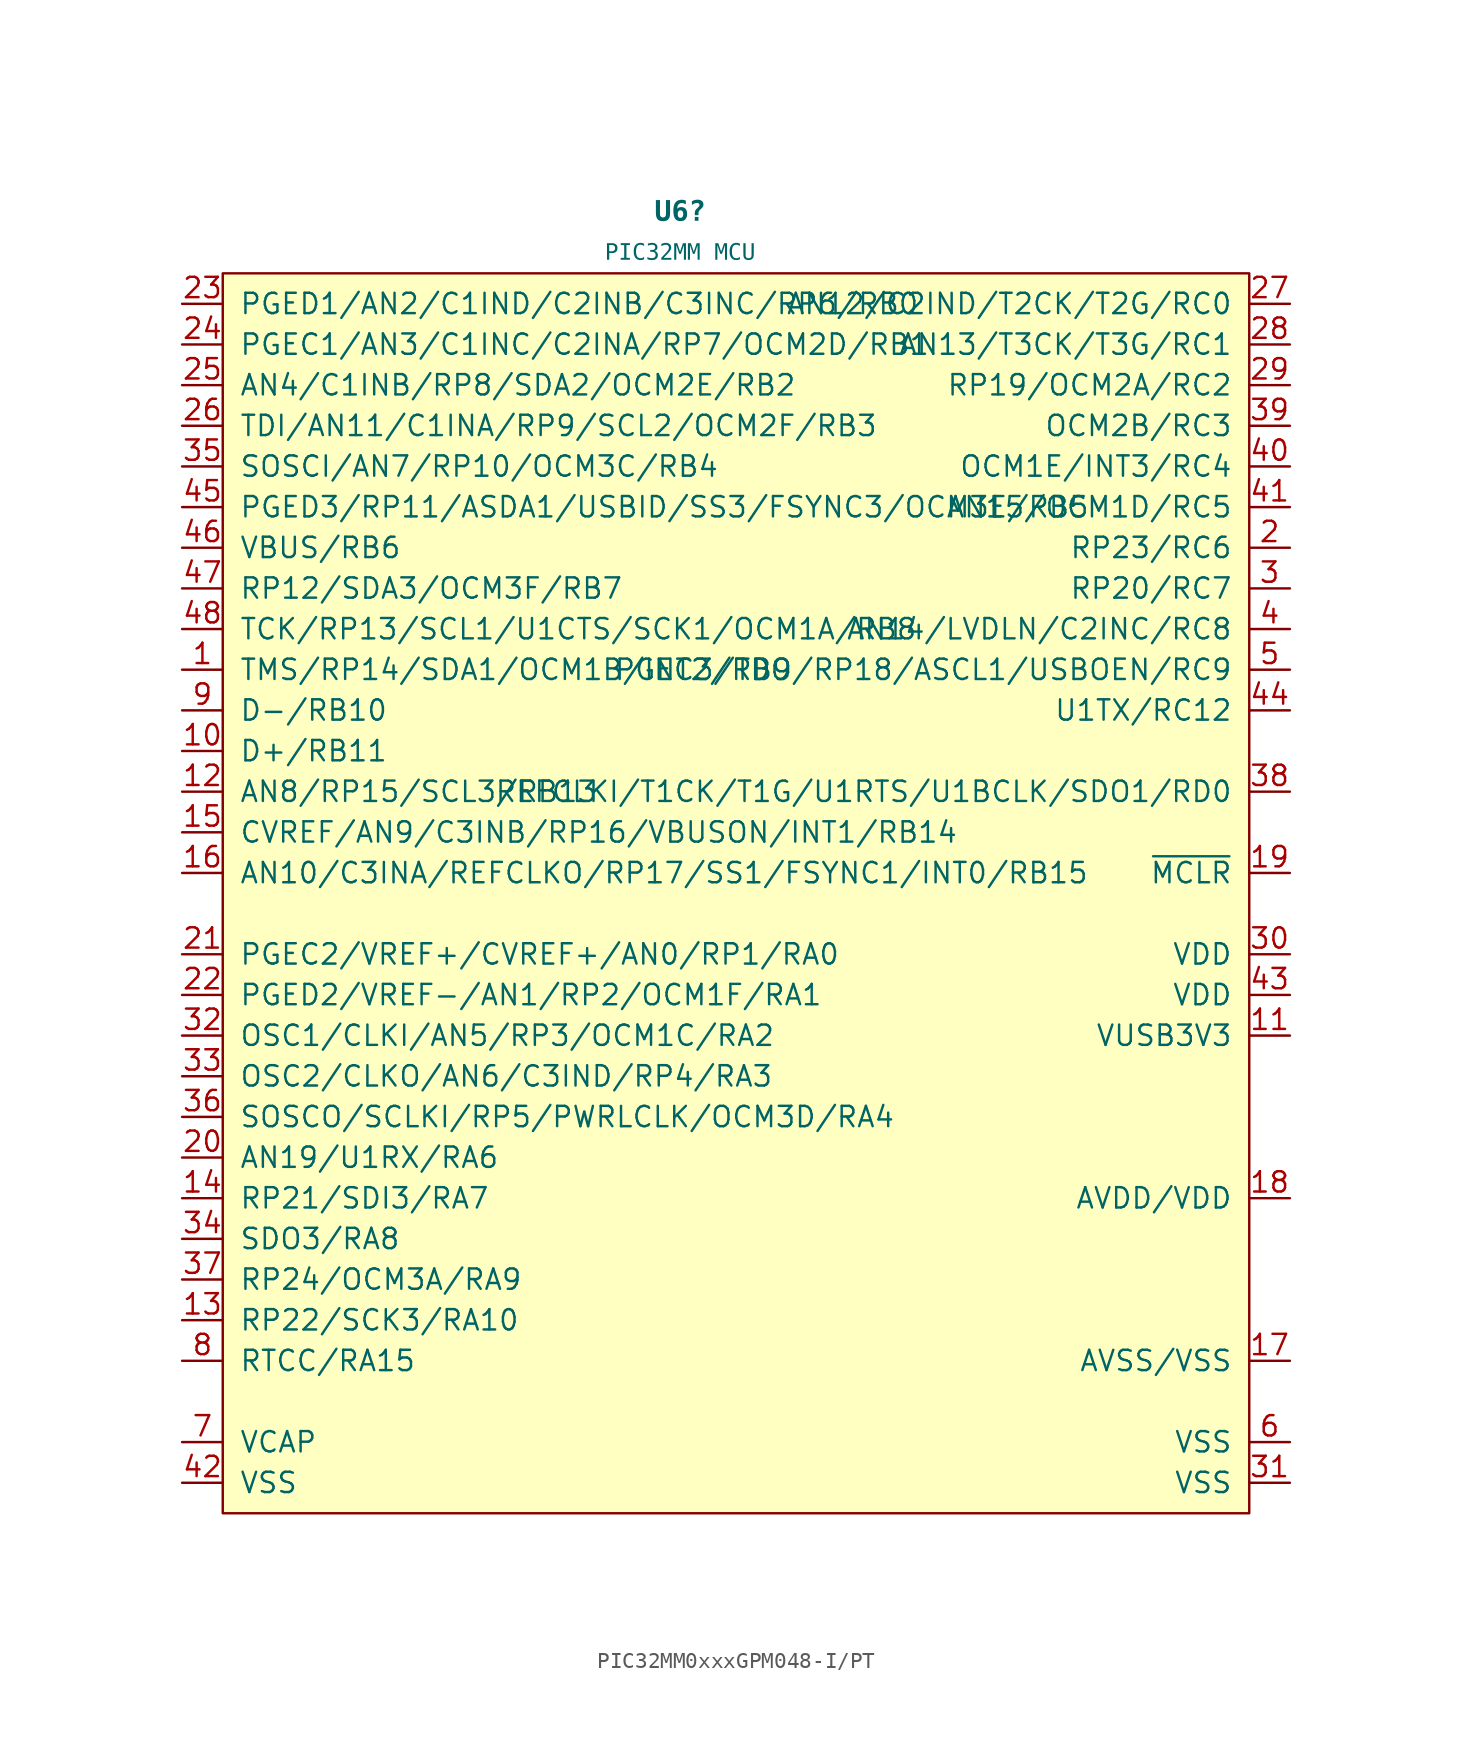
<source format=kicad_sym>
(kicad_symbol_lib
  (version 20231120)
  (generator "kicad_symbol_editor")
  (generator_version "8.0")
  (symbol "PIC32MM0xxxGPM048-I/PT"
    (pin_names
      (offset 1.016))
    (property "Reference" "U6"
      (at 0 38.735 0)
      (effects (font (face "Consolas") (size 1.27 1.27) (bold yes))))
    (property "Value" "PIC32MM MCU"
      (at 0 36.195 0)
      (effects (font (face "Consolas") (size 1.016 1.016))))
    (symbol "PIC32MM0xxxGPM048-I/PT_1_0"
      (pin bidirectional line (at -31.115 10.16 0) (length 2.54) (name "TMS/RP14/SDA1/OCM1B/INT2/RB9" (effects (font (size 1.27 1.27)))) (number "1" (effects (font (size 1.27 1.27)))))
      (pin bidirectional line (at -31.115 5.08 0) (length 2.54) (name "D+/RB11" (effects (font (size 1.27 1.27)))) (number "10" (effects (font (size 1.27 1.27)))))
      (pin power_in line (at 38.1 -12.7 180) (length 2.54) (name "VUSB3V3" (effects (font (size 1.27 1.27)))) (number "11" (effects (font (size 1.27 1.27)))))
      (pin bidirectional line (at -31.115 2.54 0) (length 2.54) (name "AN8/RP15/SCL3/RB13" (effects (font (size 1.27 1.27)))) (number "12" (effects (font (size 1.27 1.27)))))
      (pin bidirectional line (at -31.115 -30.48 0) (length 2.54) (name "RP22/SCK3/RA10" (effects (font (size 1.27 1.27)))) (number "13" (effects (font (size 1.27 1.27)))))
      (pin bidirectional line (at -31.115 -22.86 0) (length 2.54) (name "RP21/SDI3/RA7" (effects (font (size 1.27 1.27)))) (number "14" (effects (font (size 1.27 1.27)))))
      (pin bidirectional line (at -31.115 0 0) (length 2.54) (name "CVREF/AN9/C3INB/RP16/VBUSON/INT1/RB14" (effects (font (size 1.27 1.27)))) (number "15" (effects (font (size 1.27 1.27)))))
      (pin bidirectional line (at -31.115 -2.54 0) (length 2.54) (name "AN10/C3INA/REFCLKO/RP17/SS1/FSYNC1/INT0/RB15" (effects (font (size 1.27 1.27)))) (number "16" (effects (font (size 1.27 1.27)))))
      (pin power_in line (at 38.1 -33.02 180) (length 2.54) (name "AVSS/VSS" (effects (font (size 1.27 1.27)))) (number "17" (effects (font (size 1.27 1.27)))))
      (pin power_in line (at 38.1 -22.86 180) (length 2.54) (name "AVDD/VDD" (effects (font (size 1.27 1.27)))) (number "18" (effects (font (size 1.27 1.27)))))
      (pin input line (at 38.1 -2.54 180) (length 2.54) (name "~{MCLR}" (effects (font (size 1.27 1.27)))) (number "19" (effects (font (size 1.27 1.27)))))
      (pin bidirectional line (at 38.1 17.78 180) (length 2.54) (name "RP23/RC6" (effects (font (size 1.27 1.27)))) (number "2" (effects (font (size 1.27 1.27)))))
      (pin bidirectional line (at -31.115 -20.32 0) (length 2.54) (name "AN19/U1RX/RA6" (effects (font (size 1.27 1.27)))) (number "20" (effects (font (size 1.27 1.27)))))
      (pin bidirectional line (at -31.115 -7.62 0) (length 2.54) (name "PGEC2/VREF+/CVREF+/AN0/RP1/RA0" (effects (font (size 1.27 1.27)))) (number "21" (effects (font (size 1.27 1.27)))))
      (pin bidirectional line (at -31.115 -10.16 0) (length 2.54) (name "PGED2/VREF-/AN1/RP2/OCM1F/RA1" (effects (font (size 1.27 1.27)))) (number "22" (effects (font (size 1.27 1.27)))))
      (pin bidirectional line (at -31.115 33.02 0) (length 2.54) (name "PGED1/AN2/C1IND/C2INB/C3INC/RP6/RB0" (effects (font (size 1.27 1.27)))) (number "23" (effects (font (size 1.27 1.27)))))
      (pin bidirectional line (at -31.115 30.48 0) (length 2.54) (name "PGEC1/AN3/C1INC/C2INA/RP7/OCM2D/RB1" (effects (font (size 1.27 1.27)))) (number "24" (effects (font (size 1.27 1.27)))))
      (pin bidirectional line (at -31.115 27.94 0) (length 2.54) (name "AN4/C1INB/RP8/SDA2/OCM2E/RB2" (effects (font (size 1.27 1.27)))) (number "25" (effects (font (size 1.27 1.27)))))
      (pin bidirectional line (at -31.115 25.4 0) (length 2.54) (name "TDI/AN11/C1INA/RP9/SCL2/OCM2F/RB3" (effects (font (size 1.27 1.27)))) (number "26" (effects (font (size 1.27 1.27)))))
      (pin bidirectional line (at 38.1 33.02 180) (length 2.54) (name "AN12/C2IND/T2CK/T2G/RC0" (effects (font (size 1.27 1.27)))) (number "27" (effects (font (size 1.27 1.27)))))
      (pin bidirectional line (at 38.1 30.48 180) (length 2.54) (name "AN13/T3CK/T3G/RC1" (effects (font (size 1.27 1.27)))) (number "28" (effects (font (size 1.27 1.27)))))
      (pin bidirectional line (at 38.1 27.94 180) (length 2.54) (name "RP19/OCM2A/RC2" (effects (font (size 1.27 1.27)))) (number "29" (effects (font (size 1.27 1.27)))))
      (pin bidirectional line (at 38.1 15.24 180) (length 2.54) (name "RP20/RC7" (effects (font (size 1.27 1.27)))) (number "3" (effects (font (size 1.27 1.27)))))
      (pin power_in line (at 38.1 -7.62 180) (length 2.54) (name "VDD" (effects (font (size 1.27 1.27)))) (number "30" (effects (font (size 1.27 1.27)))))
      (pin power_in line (at 38.1 -40.64 180) (length 2.54) (name "VSS" (effects (font (size 1.27 1.27)))) (number "31" (effects (font (size 1.27 1.27)))))
      (pin bidirectional line (at -31.115 -12.7 0) (length 2.54) (name "OSC1/CLKI/AN5/RP3/OCM1C/RA2" (effects (font (size 1.27 1.27)))) (number "32" (effects (font (size 1.27 1.27)))))
      (pin bidirectional line (at -31.115 -15.24 0) (length 2.54) (name "OSC2/CLKO/AN6/C3IND/RP4/RA3" (effects (font (size 1.27 1.27)))) (number "33" (effects (font (size 1.27 1.27)))))
      (pin bidirectional line (at -31.115 -25.4 0) (length 2.54) (name "SDO3/RA8" (effects (font (size 1.27 1.27)))) (number "34" (effects (font (size 1.27 1.27)))))
      (pin bidirectional line (at -31.115 22.86 0) (length 2.54) (name "SOSCI/AN7/RP10/OCM3C/RB4" (effects (font (size 1.27 1.27)))) (number "35" (effects (font (size 1.27 1.27)))))
      (pin bidirectional line (at -31.115 -17.78 0) (length 2.54) (name "SOSCO/SCLKI/RP5/PWRLCLK/OCM3D/RA4" (effects (font (size 1.27 1.27)))) (number "36" (effects (font (size 1.27 1.27)))))
      (pin bidirectional line (at -31.115 -27.94 0) (length 2.54) (name "RP24/OCM3A/RA9" (effects (font (size 1.27 1.27)))) (number "37" (effects (font (size 1.27 1.27)))))
      (pin bidirectional line (at 38.1 2.54 180) (length 2.54) (name "REFCLKI/T1CK/T1G/U1RTS/U1BCLK/SDO1/RD0" (effects (font (size 1.27 1.27)))) (number "38" (effects (font (size 1.27 1.27)))))
      (pin bidirectional line (at 38.1 25.4 180) (length 2.54) (name "OCM2B/RC3" (effects (font (size 1.27 1.27)))) (number "39" (effects (font (size 1.27 1.27)))))
      (pin bidirectional line (at 38.1 12.7 180) (length 2.54) (name "AN14/LVDLN/C2INC/RC8" (effects (font (size 1.27 1.27)))) (number "4" (effects (font (size 1.27 1.27)))))
      (pin bidirectional line (at 38.1 22.86 180) (length 2.54) (name "OCM1E/INT3/RC4" (effects (font (size 1.27 1.27)))) (number "40" (effects (font (size 1.27 1.27)))))
      (pin bidirectional line (at 38.1 20.32 180) (length 2.54) (name "AN15/OCM1D/RC5" (effects (font (size 1.27 1.27)))) (number "41" (effects (font (size 1.27 1.27)))))
      (pin power_in line (at -31.115 -40.64 0) (length 2.54) (name "VSS" (effects (font (size 1.27 1.27)))) (number "42" (effects (font (size 1.27 1.27)))))
      (pin power_in line (at 38.1 -10.16 180) (length 2.54) (name "VDD" (effects (font (size 1.27 1.27)))) (number "43" (effects (font (size 1.27 1.27)))))
      (pin bidirectional line (at 38.1 7.62 180) (length 2.54) (name "U1TX/RC12" (effects (font (size 1.27 1.27)))) (number "44" (effects (font (size 1.27 1.27)))))
      (pin bidirectional line (at -31.115 20.32 0) (length 2.54) (name "PGED3/RP11/ASDA1/USBID/SS3/FSYNC3/OCM3E/RB5" (effects (font (size 1.27 1.27)))) (number "45" (effects (font (size 1.27 1.27)))))
      (pin bidirectional line (at -31.115 17.78 0) (length 2.54) (name "VBUS/RB6" (effects (font (size 1.27 1.27)))) (number "46" (effects (font (size 1.27 1.27)))))
      (pin bidirectional line (at -31.115 15.24 0) (length 2.54) (name "RP12/SDA3/OCM3F/RB7" (effects (font (size 1.27 1.27)))) (number "47" (effects (font (size 1.27 1.27)))))
      (pin bidirectional line (at -31.115 12.7 0) (length 2.54) (name "TCK/RP13/SCL1/U1CTS/SCK1/OCM1A/RB8" (effects (font (size 1.27 1.27)))) (number "48" (effects (font (size 1.27 1.27)))))
      (pin bidirectional line (at 38.1 10.16 180) (length 2.54) (name "PGEC3/TDO/RP18/ASCL1/USBOEN/RC9" (effects (font (size 1.27 1.27)))) (number "5" (effects (font (size 1.27 1.27)))))
      (pin power_in line (at 38.1 -38.1 180) (length 2.54) (name "VSS" (effects (font (size 1.27 1.27)))) (number "6" (effects (font (size 1.27 1.27)))))
      (pin power_in line (at -31.115 -38.1 0) (length 2.54) (name "VCAP" (effects (font (size 1.27 1.27)))) (number "7" (effects (font (size 1.27 1.27)))))
      (pin bidirectional line (at -31.115 -33.02 0) (length 2.54) (name "RTCC/RA15" (effects (font (size 1.27 1.27)))) (number "8" (effects (font (size 1.27 1.27)))))
      (pin bidirectional line (at -31.115 7.62 0) (length 2.54) (name "D-/RB10" (effects (font (size 1.27 1.27)))) (number "9" (effects (font (size 1.27 1.27))))))
    (symbol "PIC32MM0xxxGPM048-I/PT_1_1"
      (rectangle (start -28.575 34.925) (end 35.56 -42.545) (stroke (width 0) (type default)) (fill (type background))))))
</source>
